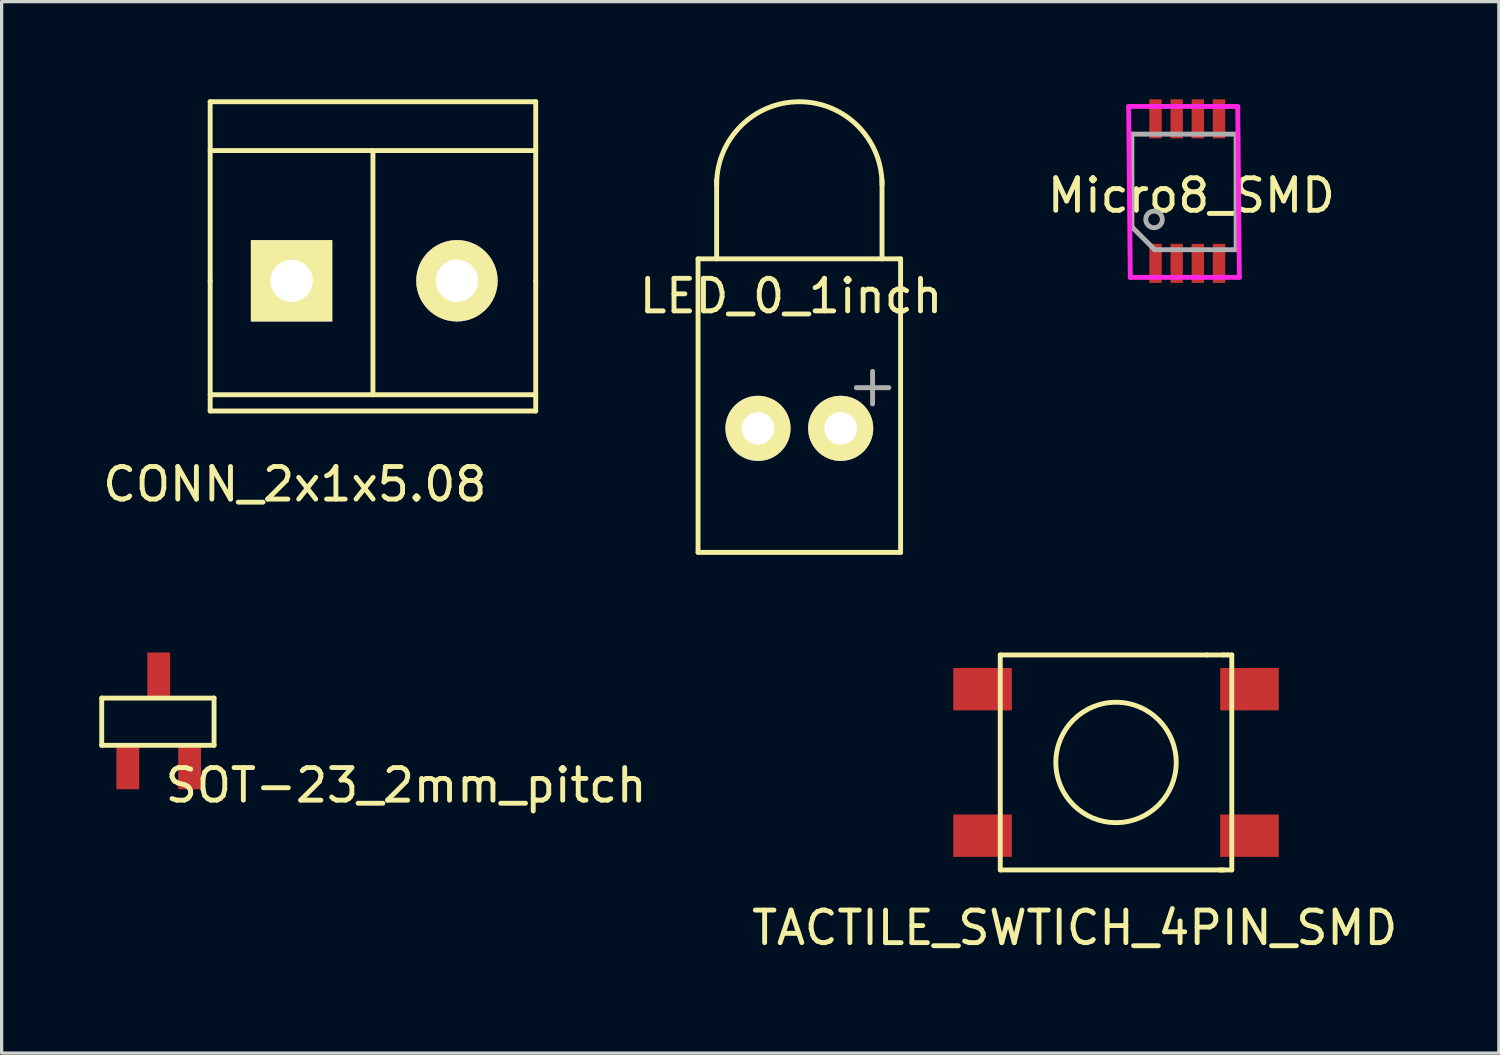
<source format=kicad_pcb>
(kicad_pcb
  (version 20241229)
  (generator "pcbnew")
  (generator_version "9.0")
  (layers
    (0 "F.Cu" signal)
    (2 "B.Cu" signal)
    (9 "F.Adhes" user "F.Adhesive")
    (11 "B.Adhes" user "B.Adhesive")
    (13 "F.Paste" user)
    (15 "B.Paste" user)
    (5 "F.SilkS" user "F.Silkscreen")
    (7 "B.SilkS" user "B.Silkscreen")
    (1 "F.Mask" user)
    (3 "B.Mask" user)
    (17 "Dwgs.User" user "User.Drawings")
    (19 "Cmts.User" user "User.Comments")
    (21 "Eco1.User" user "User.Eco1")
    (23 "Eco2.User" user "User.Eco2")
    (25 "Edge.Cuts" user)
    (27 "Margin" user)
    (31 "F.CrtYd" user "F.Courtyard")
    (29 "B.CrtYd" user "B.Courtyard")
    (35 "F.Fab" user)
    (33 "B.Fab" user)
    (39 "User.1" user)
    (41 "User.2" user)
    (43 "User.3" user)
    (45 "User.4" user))
  (footprint "SOT-23_2mm_pitch"
    (layer "F.Cu")
    (at 1.825 19.093)
    (property "Reference" "SOT-23_2mm_pitch" (at 7.6 1.98 0) (layer "F.SilkS") (effects (font (size 1 1) (thickness 0.15))))
    (attr through_hole)
    (fp_line (start -1.75 -0.7) (end 1.7 -0.7) (stroke (width 0.15) (type solid)) (layer "F.SilkS"))
    (fp_line (start -1.75 0.75) (end -1.75 -0.7) (stroke (width 0.15) (type solid)) (layer "F.SilkS"))
    (fp_line (start 1.7 -0.7) (end 1.7 0.75) (stroke (width 0.15) (type solid)) (layer "F.SilkS"))
    (fp_line (start 1.7 0.75) (end -1.75 0.75) (stroke (width 0.15) (type solid)) (layer "F.SilkS"))
    (pad "1" smd rect (at -0.95 1.4) (size 0.7 1.4) (layers "F.Cu" "F.Mask" "F.Paste"))
    (pad "2" smd rect (at 0.95 1.4) (size 0.7 1.4) (layers "F.Cu" "F.Mask" "F.Paste"))
    (pad "3" smd rect (at 0 -1.4) (size 0.7 1.4) (layers "F.Cu" "F.Mask" "F.Paste")))
  (footprint "LED_0_1inch"
    (layer "F.Cu")
    (at 21.503 10.108)
    (property "Reference" "LED_0_1inch" (at -0.254 -4.064 0) (layer "F.SilkS") (effects (font (size 1 1) (thickness 0.15))))
    (attr through_hole)
    (fp_line (start -3.111 -5.207) (end 3.111 -5.207) (stroke (width 0.15) (type solid)) (layer "F.SilkS"))
    (fp_line (start -3.111 3.81) (end -3.111 -5.207) (stroke (width 0.15) (type solid)) (layer "F.SilkS"))
    (fp_line (start -2.54 -5.207) (end -2.54 -7.62) (stroke (width 0.15) (type solid)) (layer "F.SilkS"))
    (fp_line (start 2.54 -7.62) (end 2.54 -5.207) (stroke (width 0.15) (type solid)) (layer "F.SilkS"))
    (fp_line (start 3.111 3.81) (end -3.111 3.81) (stroke (width 0.15) (type solid)) (layer "F.SilkS"))
    (fp_line (start 3.111 3.81) (end 3.111 -5.207) (stroke (width 0.15) (type solid)) (layer "F.SilkS"))
    (fp_arc (start -2.54 -7.493) (mid 0 -10.033) (end 2.54 -7.493) (stroke (width 0.15) (type solid)) (layer "F.SilkS"))
    (fp_line (start 1.75 -1.25) (end 2.75 -1.25) (stroke (width 0.15) (type solid)) (layer "F.Fab"))
    (fp_line (start 2.25 -0.75) (end 2.25 -1.75) (stroke (width 0.15) (type solid)) (layer "F.Fab"))
    (pad "1" thru_hole circle (at -1.27 0) (size 2 2) (drill 1) (layers "*.Cu" "*.Mask" "F.SilkS"))
    (pad "2" thru_hole circle (at 1.27 0) (size 2 2) (drill 1) (layers "*.Cu" "*.Mask" "F.SilkS")))
  (footprint "Micro8_SMD"
    (layer "F.Cu")
    (at 33.419 2.82)
    (property "Reference" "Micro8_SMD" (at 0.127 0.135 0) (layer "F.SilkS") (effects (font (size 1 1) (thickness 0.15))))
    (attr through_hole)
    (fp_line (start -1.8 -2.6) (end -1.75 2.65) (stroke (width 0.15) (type solid)) (layer "F.CrtYd"))
    (fp_line (start -1.75 2.65) (end 1.6 2.65) (stroke (width 0.15) (type solid)) (layer "F.CrtYd"))
    (fp_line (start 1.55 -2.6) (end -1.8 -2.6) (stroke (width 0.15) (type solid)) (layer "F.CrtYd"))
    (fp_line (start 1.6 2.65) (end 1.55 -2.6) (stroke (width 0.15) (type solid)) (layer "F.CrtYd"))
    (fp_line (start -1.7 -1.75) (end -1.7 1.1) (stroke (width 0.15) (type solid)) (layer "F.Fab"))
    (fp_line (start -1.7 1.1) (end -1 1.8) (stroke (width 0.15) (type solid)) (layer "F.Fab"))
    (fp_line (start 1.5 -1.75) (end -1.7 -1.75) (stroke (width 0.15) (type solid)) (layer "F.Fab"))
    (fp_line (start 1.5 1.8) (end -1 1.8) (stroke (width 0.15) (type solid)) (layer "F.Fab"))
    (fp_line (start 1.5 1.8) (end 1.5 -1.75) (stroke (width 0.15) (type solid)) (layer "F.Fab"))
    (fp_circle (center -1.02 0.87) (end -0.766 0.87) (stroke (width 0.15) (type solid)) (fill no) (layer "F.Fab"))
    (pad "1" smd rect (at -0.975 2.22) (size 0.381 1.2) (layers "F.Cu" "F.Mask" "F.Paste"))
    (pad "2" smd rect (at -0.325 2.22) (size 0.381 1.2) (layers "F.Cu" "F.Mask" "F.Paste"))
    (pad "3" smd rect (at 0.325 2.22) (size 0.381 1.2) (layers "F.Cu" "F.Mask" "F.Paste"))
    (pad "4" smd rect (at 0.975 2.22) (size 0.381 1.2) (layers "F.Cu" "F.Mask" "F.Paste"))
    (pad "5" smd rect (at 0.975 -2.22) (size 0.381 1.2) (layers "F.Cu" "F.Mask" "F.Paste"))
    (pad "6" smd rect (at 0.325 -2.22) (size 0.381 1.2) (layers "F.Cu" "F.Mask" "F.Paste"))
    (pad "7" smd rect (at -0.325 -2.22) (size 0.381 1.2) (layers "F.Cu" "F.Mask" "F.Paste"))
    (pad "8" smd rect (at -0.975 -2.22) (size 0.381 1.2) (layers "F.Cu" "F.Mask" "F.Paste")))
  (footprint "TACTILE_SWTICH_4PIN_SMD"
    (layer "F.Cu")
    (at 31.231 20.37)
    (property "Reference" "TACTILE_SWTICH_4PIN_SMD" (at -1.27 5.08 0) (layer "F.SilkS") (effects (font (size 1 1) (thickness 0.15))))
    (attr through_hole)
    (fp_line (start -3.556 -3.302) (end 2.794 -3.302) (stroke (width 0.15) (type solid)) (layer "F.SilkS"))
    (fp_line (start -3.556 3.302) (end -3.556 -3.302) (stroke (width 0.15) (type solid)) (layer "F.SilkS"))
    (fp_line (start 2.794 -3.302) (end 3.302 -3.302) (stroke (width 0.15) (type solid)) (layer "F.SilkS"))
    (fp_line (start 3.302 -3.302) (end 3.429 -3.302) (stroke (width 0.15) (type solid)) (layer "F.SilkS"))
    (fp_line (start 3.302 3.302) (end -3.556 3.302) (stroke (width 0.15) (type solid)) (layer "F.SilkS"))
    (fp_line (start 3.429 -3.302) (end 3.556 -3.302) (stroke (width 0.15) (type solid)) (layer "F.SilkS"))
    (fp_line (start 3.556 -3.302) (end 3.556 3.302) (stroke (width 0.15) (type solid)) (layer "F.SilkS"))
    (fp_line (start 3.556 3.302) (end 3.175 3.302) (stroke (width 0.15) (type solid)) (layer "F.SilkS"))
    (fp_circle (center 0 0) (end 0.508 1.778) (stroke (width 0.15) (type solid)) (fill no) (layer "F.SilkS"))
    (pad "1" smd rect (at -4.1 -2.25) (size 1.8 1.3) (layers "F.Cu" "F.Mask" "F.Paste"))
    (pad "2" smd rect (at 4.1 -2.25) (size 1.8 1.3) (layers "F.Cu" "F.Mask" "F.Paste"))
    (pad "3" smd rect (at -4.1 2.25) (size 1.8 1.3) (layers "F.Cu" "F.Mask" "F.Paste"))
    (pad "4" smd rect (at 4.1 2.25) (size 1.8 1.3) (layers "F.Cu" "F.Mask" "F.Paste")))
  (footprint "CONN_2x1x5.08"
    (layer "F.Cu")
    (at 5.906 5.575)
    (property "Reference" "CONN_2x1x5.08" (at 0.1 6.25 0) (layer "F.SilkS") (effects (font (size 1 1) (thickness 0.15))))
    (attr through_hole)
    (fp_line (start -2.5 -5.5) (end -2.5 0) (stroke (width 0.15) (type solid)) (layer "F.SilkS"))
    (fp_line (start -2.5 -4) (end 7.5 -4) (stroke (width 0.15) (type solid)) (layer "F.SilkS"))
    (fp_line (start -2.5 0) (end -2.5 4) (stroke (width 0.15) (type solid)) (layer "F.SilkS"))
    (fp_line (start -2.5 3.5) (end 7.5 3.5) (stroke (width 0.15) (type solid)) (layer "F.SilkS"))
    (fp_line (start -2.5 4) (end 7.5 4) (stroke (width 0.15) (type solid)) (layer "F.SilkS"))
    (fp_line (start 2.5 -4) (end 2.5 3.5) (stroke (width 0.15) (type solid)) (layer "F.SilkS"))
    (fp_line (start 7.5 -5.5) (end -2.5 -5.5) (stroke (width 0.15) (type solid)) (layer "F.SilkS"))
    (fp_line (start 7.5 0) (end 7.5 -5.5) (stroke (width 0.15) (type solid)) (layer "F.SilkS"))
    (fp_line (start 7.5 4) (end 7.5 0) (stroke (width 0.15) (type solid)) (layer "F.SilkS"))
    (pad "1" thru_hole rect (at 0 0) (size 2.5 2.5) (drill 1.3) (layers "*.Cu" "*.Mask" "F.SilkS"))
    (pad "2" thru_hole circle (at 5.08 0) (size 2.5 2.5) (drill 1.3) (layers "*.Cu" "*.Mask" "F.SilkS")))
  (gr_rect
    (start -3 -3)
    (end 42.99 29.298)
    (stroke (width 0.1) (type default))
    (fill no)
    (layer "Edge.Cuts")))
</source>
